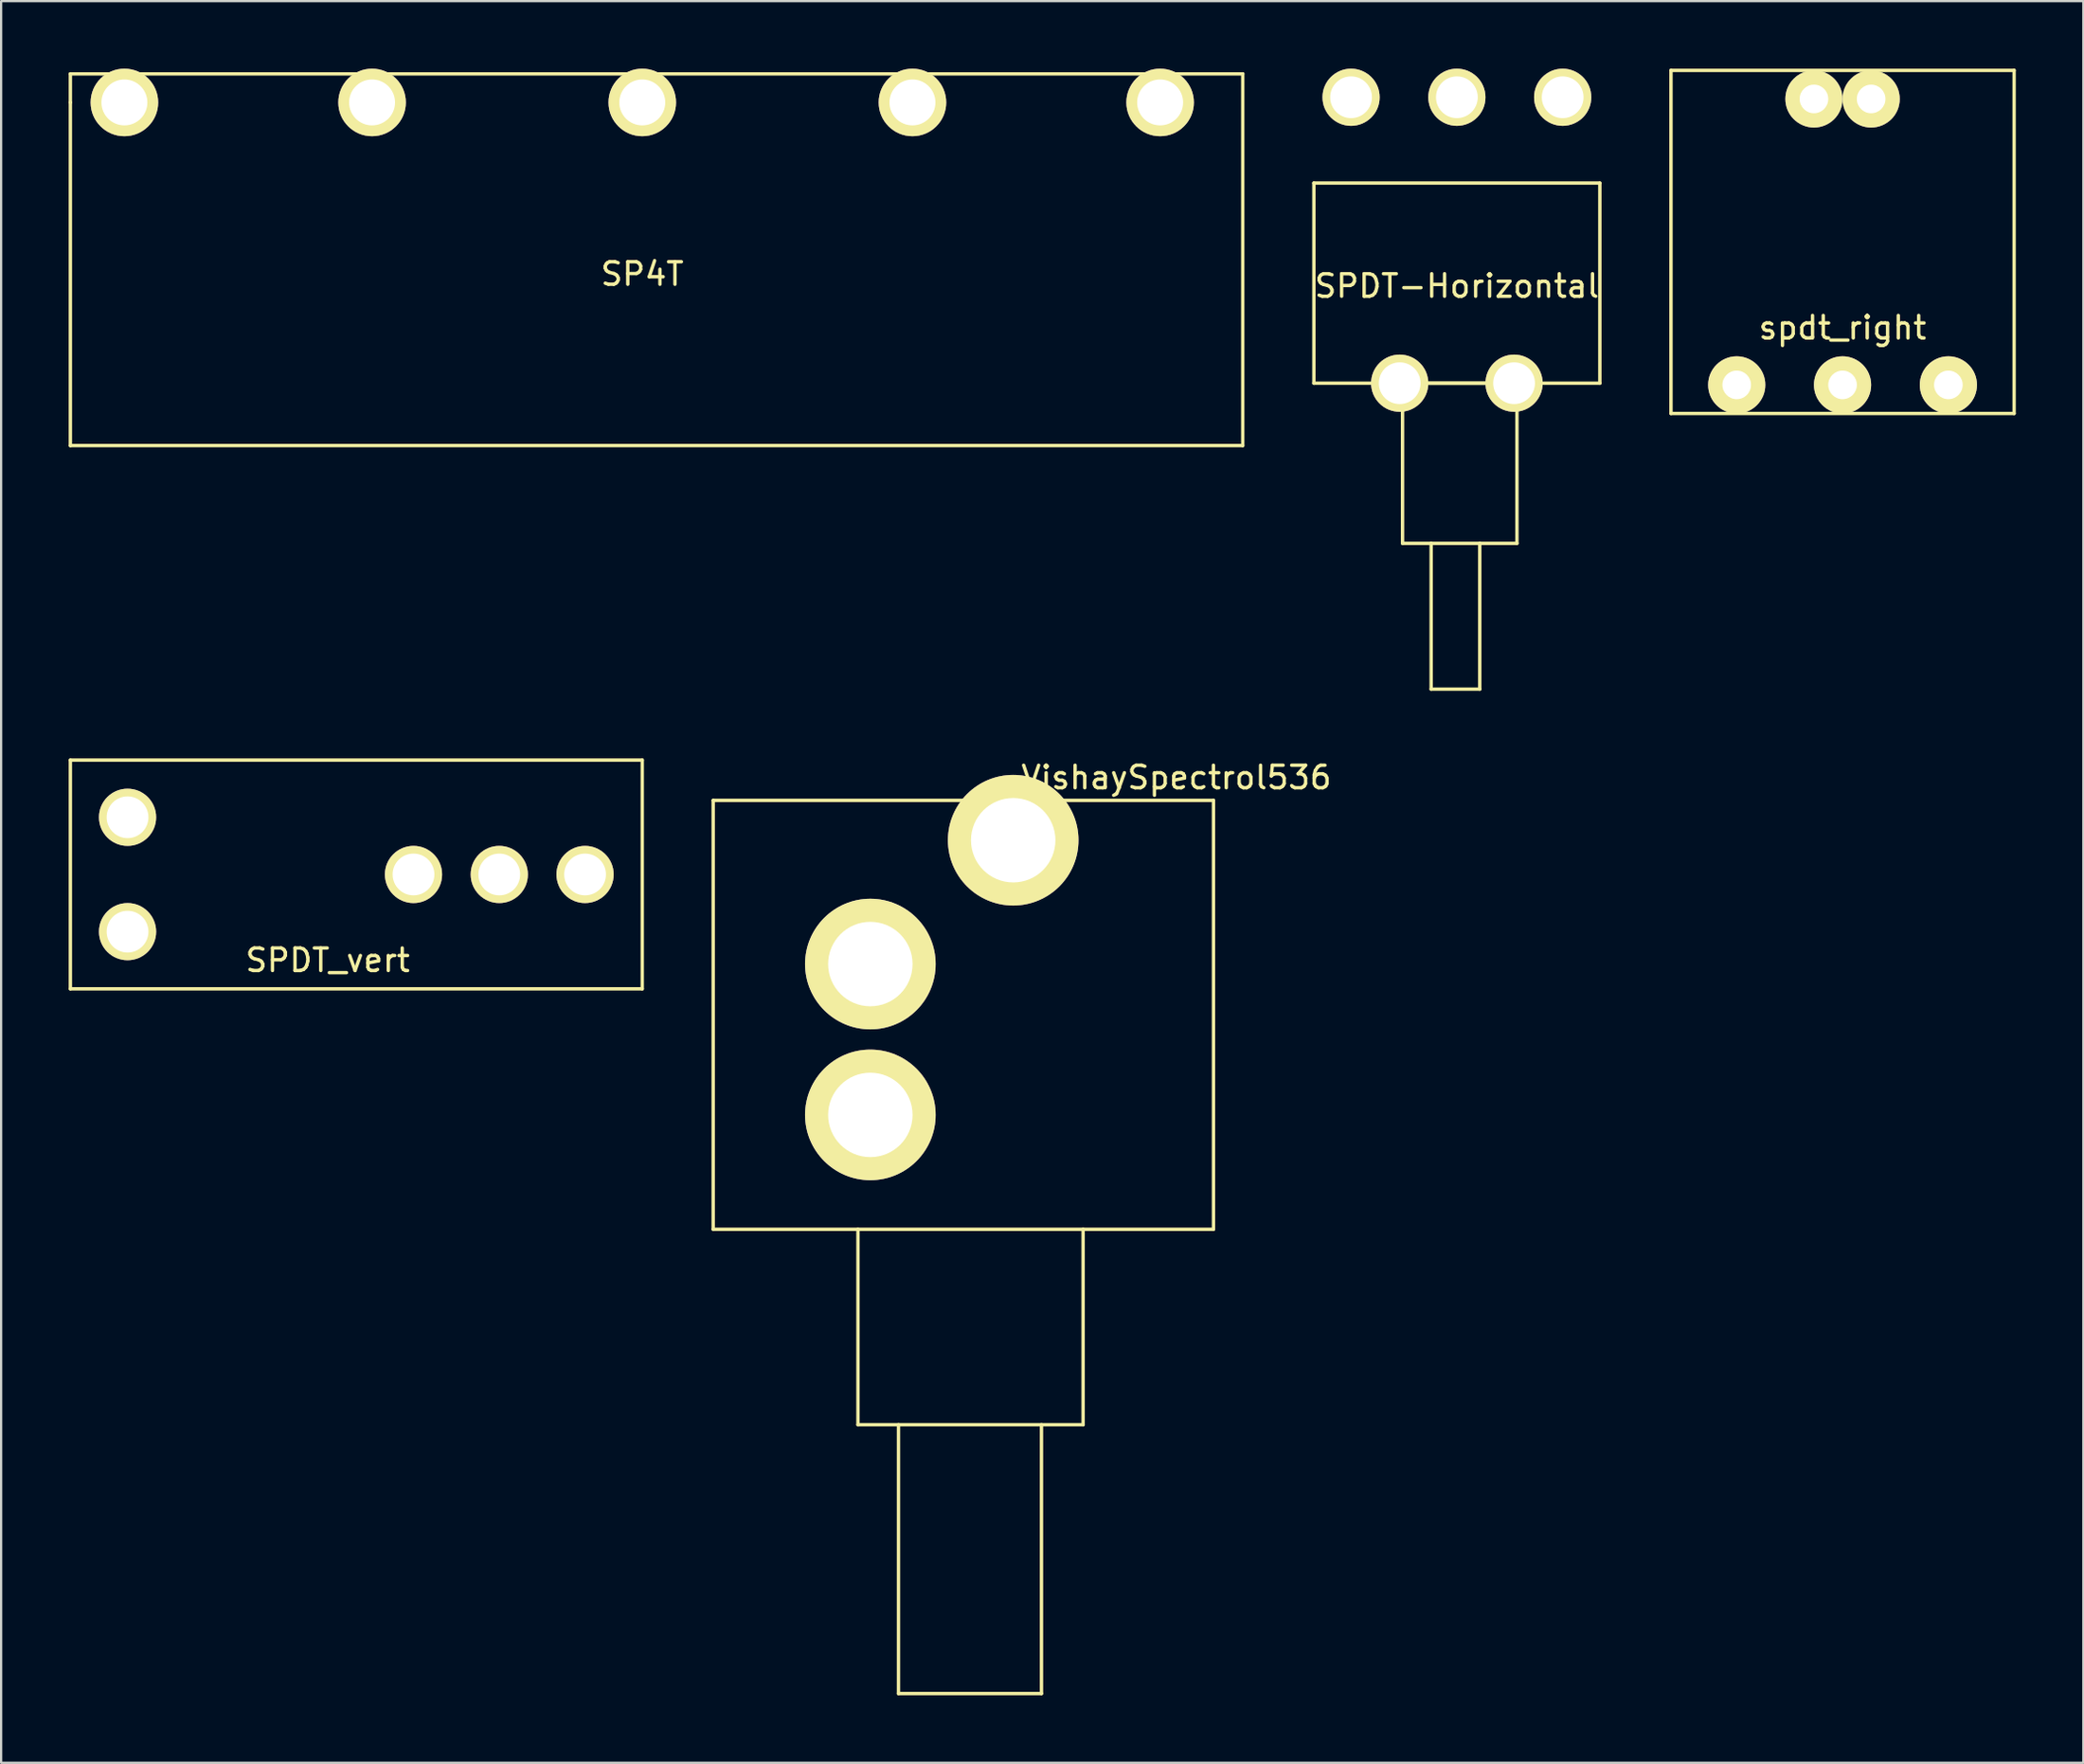
<source format=kicad_pcb>
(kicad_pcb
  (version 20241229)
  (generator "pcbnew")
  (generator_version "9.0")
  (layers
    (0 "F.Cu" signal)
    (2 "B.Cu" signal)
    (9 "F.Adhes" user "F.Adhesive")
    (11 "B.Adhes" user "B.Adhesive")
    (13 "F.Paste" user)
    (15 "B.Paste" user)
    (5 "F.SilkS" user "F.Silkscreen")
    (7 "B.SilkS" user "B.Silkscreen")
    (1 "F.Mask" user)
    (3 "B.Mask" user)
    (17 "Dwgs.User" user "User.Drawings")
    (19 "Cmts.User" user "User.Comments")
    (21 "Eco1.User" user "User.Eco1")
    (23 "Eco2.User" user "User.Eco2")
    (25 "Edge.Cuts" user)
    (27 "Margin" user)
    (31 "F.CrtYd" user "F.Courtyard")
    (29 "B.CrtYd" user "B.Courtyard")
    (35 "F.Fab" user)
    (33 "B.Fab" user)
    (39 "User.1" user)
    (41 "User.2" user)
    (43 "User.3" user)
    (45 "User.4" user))
  (footprint "SP4T"
    (layer "F.Cu")
    (at 25.475 1.5)
    (property "Reference" "SP4T" (at 0 7.62 0) (layer "F.SilkS") (effects (font (size 1 1) (thickness 0.15))))
    (attr through_hole)
    (fp_line (start -25.4 -1.27) (end -25.4 0) (stroke (width 0.15) (type solid)) (layer "F.SilkS"))
    (fp_line (start -25.4 0) (end -25.4 15.24) (stroke (width 0.15) (type solid)) (layer "F.SilkS"))
    (fp_line (start -25.4 15.24) (end 26.67 15.24) (stroke (width 0.15) (type solid)) (layer "F.SilkS"))
    (fp_line (start 26.67 -1.27) (end -25.4 -1.27) (stroke (width 0.15) (type solid)) (layer "F.SilkS"))
    (fp_line (start 26.67 15.24) (end 26.67 -1.27) (stroke (width 0.15) (type solid)) (layer "F.SilkS"))
    (pad "1" thru_hole circle (at 12 0) (size 3 3) (drill 2.04) (layers "*.Cu" "*.Mask" "F.SilkS"))
    (pad "2" thru_hole circle (at 0 0) (size 3 3) (drill 2.04) (layers "*.Cu" "*.Mask" "F.SilkS"))
    (pad "3" thru_hole circle (at -12 0) (size 3 3) (drill 2.04) (layers "*.Cu" "*.Mask" "F.SilkS"))
    (pad "4" thru_hole circle (at -23 0) (size 3 3) (drill 2.04) (layers "*.Cu" "*.Mask" "F.SilkS"))
    (pad "5" thru_hole circle (at 23 0) (size 3 3) (drill 2.04) (layers "*.Cu" "*.Mask" "F.SilkS")))
  (footprint "SPDT_vert"
    (layer "F.Cu")
    (at 15.315 35.789)
    (property "Reference" "SPDT_vert" (at -3.81 3.81 0) (layer "F.SilkS") (effects (font (size 1 1) (thickness 0.15))))
    (attr through_hole)
    (fp_line (start -15.24 -5.08) (end -15.24 5.08) (stroke (width 0.15) (type solid)) (layer "F.SilkS"))
    (fp_line (start -15.24 5.08) (end 10.16 5.08) (stroke (width 0.15) (type solid)) (layer "F.SilkS"))
    (fp_line (start 10.16 -5.08) (end -15.24 -5.08) (stroke (width 0.15) (type solid)) (layer "F.SilkS"))
    (fp_line (start 10.16 5.08) (end 10.16 -5.08) (stroke (width 0.15) (type solid)) (layer "F.SilkS"))
    (pad "1" thru_hole circle (at 0 0) (size 2.54 2.54) (drill 1.854) (layers "*.Cu" "*.Mask" "F.SilkS"))
    (pad "2" thru_hole circle (at 3.81 0) (size 2.54 2.54) (drill 1.854) (layers "*.Cu" "*.Mask" "F.SilkS"))
    (pad "3" thru_hole circle (at 7.62 0) (size 2.54 2.54) (drill 1.854) (layers "*.Cu" "*.Mask" "F.SilkS"))
    (pad "4" thru_hole circle (at -12.7 -2.54) (size 2.54 2.54) (drill 1.854) (layers "*.Cu" "*.Mask" "F.SilkS"))
    (pad "5" thru_hole circle (at -12.7 2.54) (size 2.54 2.54) (drill 1.854) (layers "*.Cu" "*.Mask" "F.SilkS")))
  (footprint "SPDT-Horizontal"
    (layer "F.Cu")
    (at 61.655 1.27)
    (property "Reference" "SPDT-Horizontal" (at 0 8.382 0) (layer "F.SilkS") (effects (font (size 1 1) (thickness 0.15))))
    (attr through_hole)
    (fp_line (start -6.35 3.81) (end 6.35 3.81) (stroke (width 0.15) (type solid)) (layer "F.SilkS"))
    (fp_line (start -6.35 12.7) (end -6.35 3.81) (stroke (width 0.15) (type solid)) (layer "F.SilkS"))
    (fp_line (start -2.54 12.7) (end 2.667 12.7) (stroke (width 0.15) (type solid)) (layer "F.SilkS"))
    (fp_line (start -2.413 19.812) (end -2.413 12.7) (stroke (width 0.15) (type solid)) (layer "F.SilkS"))
    (fp_line (start -1.143 19.812) (end -1.143 26.289) (stroke (width 0.15) (type solid)) (layer "F.SilkS"))
    (fp_line (start -1.143 26.289) (end 1.016 26.289) (stroke (width 0.15) (type solid)) (layer "F.SilkS"))
    (fp_line (start 1.016 26.289) (end 1.016 19.812) (stroke (width 0.15) (type solid)) (layer "F.SilkS"))
    (fp_line (start 2.667 12.7) (end 2.667 19.812) (stroke (width 0.15) (type solid)) (layer "F.SilkS"))
    (fp_line (start 2.667 19.812) (end -2.413 19.812) (stroke (width 0.15) (type solid)) (layer "F.SilkS"))
    (fp_line (start 6.35 3.81) (end 6.35 12.7) (stroke (width 0.15) (type solid)) (layer "F.SilkS"))
    (fp_line (start 6.35 12.7) (end -6.35 12.7) (stroke (width 0.15) (type solid)) (layer "F.SilkS"))
    (pad "1" thru_hole circle (at 4.699 0) (size 2.54 2.54) (drill 1.854) (layers "*.Cu" "*.Mask" "F.SilkS"))
    (pad "2" thru_hole circle (at 0 0) (size 2.54 2.54) (drill 1.854) (layers "*.Cu" "*.Mask" "F.SilkS"))
    (pad "3" thru_hole circle (at -4.699 0) (size 2.54 2.54) (drill 1.854) (layers "*.Cu" "*.Mask" "F.SilkS"))
    (pad "4" thru_hole circle (at 2.54 12.7) (size 2.54 2.54) (drill 1.854) (layers "*.Cu" "*.Mask" "F.SilkS"))
    (pad "5" thru_hole circle (at -2.54 12.7) (size 2.54 2.54) (drill 1.854) (layers "*.Cu" "*.Mask" "F.SilkS")))
  (footprint "spdt_right"
    (layer "F.Cu")
    (at 78.784 14.045)
    (property "Reference" "spdt_right" (at 0 -2.54 0) (layer "F.SilkS") (effects (font (size 1 1) (thickness 0.15))))
    (attr through_hole)
    (fp_line (start -7.62 -13.97) (end -7.62 1.27) (stroke (width 0.15) (type solid)) (layer "F.SilkS"))
    (fp_line (start -7.62 1.27) (end 7.62 1.27) (stroke (width 0.15) (type solid)) (layer "F.SilkS"))
    (fp_line (start 7.62 -13.97) (end -7.62 -13.97) (stroke (width 0.15) (type solid)) (layer "F.SilkS"))
    (fp_line (start 7.62 1.27) (end 7.62 -13.97) (stroke (width 0.15) (type solid)) (layer "F.SilkS"))
    (pad "1" thru_hole circle (at -4.7 0) (size 2.54 2.54) (drill 1.27) (layers "*.Mask" "F.Cu" "F.SilkS"))
    (pad "2" thru_hole circle (at 0 0) (size 2.54 2.54) (drill 1.27) (layers "*.Mask" "F.Cu" "F.SilkS"))
    (pad "3" thru_hole circle (at 4.7 0) (size 2.54 2.54) (drill 1.27) (layers "*.Mask" "F.Cu" "F.SilkS"))
    (pad "4" thru_hole circle (at -1.27 -12.7) (size 2.54 2.54) (drill 1.27) (layers "*.Mask" "F.Cu" "F.SilkS"))
    (pad "5" thru_hole circle (at 1.27 -12.7) (size 2.54 2.54) (drill 1.27) (layers "*.Mask" "F.Cu" "F.SilkS")))
  (footprint "VishaySpectrol536"
    (layer "F.Cu")
    (at 40.055 43.928)
    (property "Reference" "VishaySpectrol536" (at 9.144 -12.446 180) (layer "F.SilkS") (effects (font (size 1 1) (thickness 0.15))))
    (attr through_hole)
    (fp_line (start -11.43 -11.43) (end -11.43 7.62) (stroke (width 0.15) (type solid)) (layer "F.SilkS"))
    (fp_line (start -11.43 -11.43) (end 10.79 -11.43) (stroke (width 0.15) (type solid)) (layer "F.SilkS"))
    (fp_line (start -11.43 7.62) (end 10.79 7.62) (stroke (width 0.15) (type solid)) (layer "F.SilkS"))
    (fp_line (start -5 7.62) (end -5 16.3) (stroke (width 0.15) (type solid)) (layer "F.SilkS"))
    (fp_line (start -5 16.3) (end 5 16.3) (stroke (width 0.15) (type solid)) (layer "F.SilkS"))
    (fp_line (start -3.2 16.3) (end -3.2 28.24) (stroke (width 0.15) (type solid)) (layer "F.SilkS"))
    (fp_line (start -3.2 28.24) (end 3.15 28.24) (stroke (width 0.15) (type solid)) (layer "F.SilkS"))
    (fp_line (start 3.15 28.24) (end 3.15 16.3) (stroke (width 0.15) (type solid)) (layer "F.SilkS"))
    (fp_line (start 5 16.3) (end 5 7.62) (stroke (width 0.15) (type solid)) (layer "F.SilkS"))
    (fp_line (start 10.79 -11.43) (end 10.79 7.62) (stroke (width 0.15) (type solid)) (layer "F.SilkS"))
    (pad "1" thru_hole circle (at -4.45 -4.16) (size 5.8 5.8) (drill 3.75) (layers "*.Cu" "*.Mask" "F.SilkS"))
    (pad "2" thru_hole circle (at 1.895 -9.66) (size 5.8 5.8) (drill 3.75) (layers "*.Cu" "*.Mask" "F.SilkS"))
    (pad "3" thru_hole circle (at -4.45 2.54) (size 5.8 5.8) (drill 3.75) (layers "*.Cu" "*.Mask" "F.SilkS")))
  (gr_rect
    (start -3 -3)
    (end 89.479 75.243)
    (stroke (width 0.1) (type default))
    (fill no)
    (layer "Edge.Cuts")))
</source>
